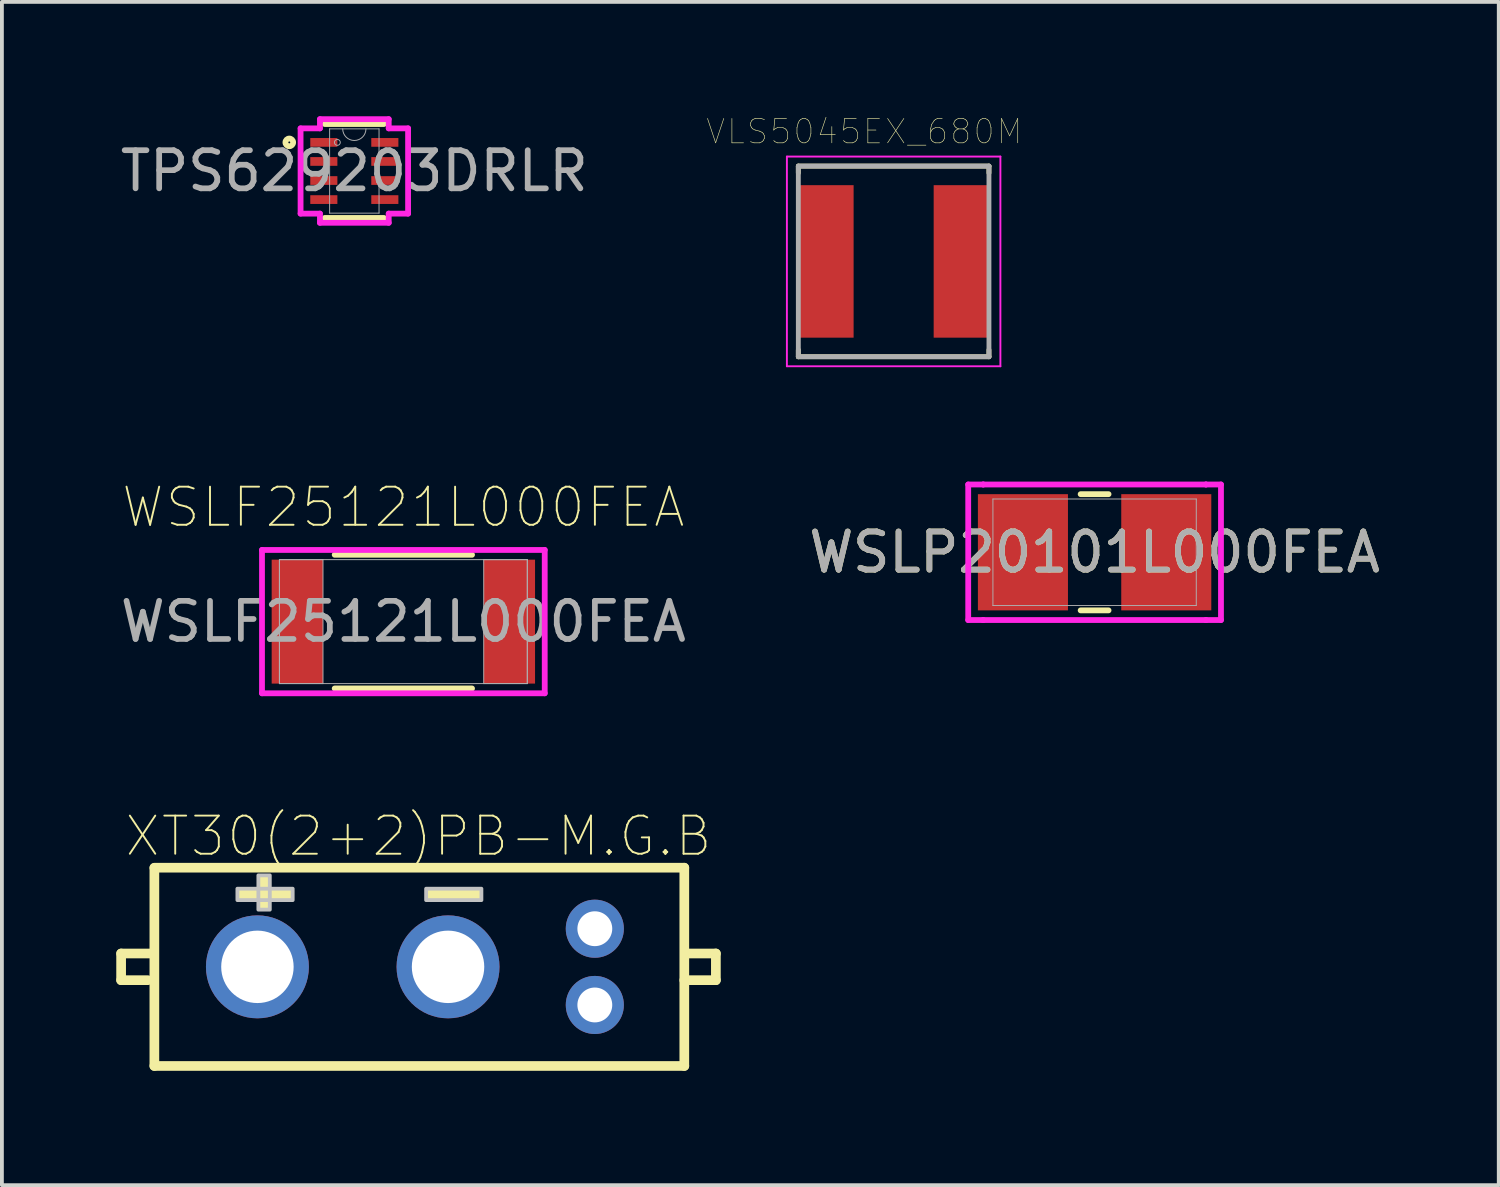
<source format=kicad_pcb>
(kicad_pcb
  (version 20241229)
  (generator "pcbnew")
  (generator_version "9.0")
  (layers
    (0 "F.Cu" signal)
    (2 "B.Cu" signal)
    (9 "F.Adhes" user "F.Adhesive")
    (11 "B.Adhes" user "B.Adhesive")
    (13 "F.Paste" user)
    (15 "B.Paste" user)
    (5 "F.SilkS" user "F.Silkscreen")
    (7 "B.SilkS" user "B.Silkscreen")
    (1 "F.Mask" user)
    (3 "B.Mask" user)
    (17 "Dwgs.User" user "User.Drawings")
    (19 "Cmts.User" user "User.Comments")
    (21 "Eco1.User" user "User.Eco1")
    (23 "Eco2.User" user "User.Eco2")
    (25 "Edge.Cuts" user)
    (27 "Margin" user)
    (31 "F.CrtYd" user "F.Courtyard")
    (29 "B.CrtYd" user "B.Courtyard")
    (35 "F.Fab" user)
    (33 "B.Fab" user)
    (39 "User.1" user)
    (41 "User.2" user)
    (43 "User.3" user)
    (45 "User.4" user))
  (footprint "XT30(2+2)PB-M.G.B"
    (layer "F.Cu")
    (at 8.127 22.31)
    (property "Reference" "XT30(2+2)PB-M.G.B" (at -0.2 -3.427 0) (layer "F.SilkS") (effects (font (size 1 1) (thickness 0.05))))
    (fp_line (start -8 -0.35) (end -7.172 -0.35) (stroke (width 0.254) (type default)) (layer "F.SilkS"))
    (fp_line (start -8 0.35) (end -8 -0.35) (stroke (width 0.254) (type default)) (layer "F.SilkS"))
    (fp_line (start -7.3 0.35) (end -8 0.35) (stroke (width 0.254) (type default)) (layer "F.SilkS"))
    (fp_line (start -7.128 -2.6) (end 6.772 -2.6) (stroke (width 0.254) (type default)) (layer "F.SilkS"))
    (fp_line (start -7.128 2.6) (end -7.128 -2.593) (stroke (width 0.254) (type default)) (layer "F.SilkS"))
    (fp_line (start 6.772 -2.6) (end 6.772 2.6) (stroke (width 0.254) (type default)) (layer "F.SilkS"))
    (fp_line (start 6.772 2.6) (end -7.128 2.6) (stroke (width 0.254) (type default)) (layer "F.SilkS"))
    (fp_line (start 6.9 -0.35) (end 7.6 -0.35) (stroke (width 0.254) (type default)) (layer "F.SilkS"))
    (fp_line (start 7.6 -0.35) (end 7.6 0.35) (stroke (width 0.254) (type default)) (layer "F.SilkS"))
    (fp_line (start 7.6 0.35) (end 6.772 0.35) (stroke (width 0.254) (type default)) (layer "F.SilkS"))
    (fp_poly (pts (xy -4.95 -2.05) (xy -4.95 -1.75) (xy -3.5 -1.75) (xy -3.5 -2.05)) (stroke (width 0) (type default)) (fill yes) (layer "F.SilkS"))
    (fp_poly (pts (xy -4.4 -1.5) (xy -4.1 -1.5) (xy -4.1 -2.4) (xy -4.4 -2.4)) (stroke (width 0) (type default)) (fill yes) (layer "F.SilkS"))
    (fp_poly (pts (xy 0 -2.05) (xy 0 -1.75) (xy 1.45 -1.75) (xy 1.45 -2.05)) (stroke (width 0) (type default)) (fill yes) (layer "F.SilkS"))
    (fp_poly (pts (xy -4.95 -2.05) (xy -4.95 -1.75) (xy -3.5 -1.75) (xy -3.5 -2.05)) (stroke (width 0.1) (type default)) (fill no) (layer "Dwgs.User"))
    (fp_poly (pts (xy -4.4 -1.5) (xy -4.1 -1.5) (xy -4.1 -2.4) (xy -4.4 -2.4)) (stroke (width 0.1) (type default)) (fill no) (layer "Dwgs.User"))
    (fp_poly (pts (xy 0 -2.05) (xy 0 -1.75) (xy 1.45 -1.75) (xy 1.45 -2.05)) (stroke (width 0.1) (type default)) (fill no) (layer "Dwgs.User"))
    (fp_poly (pts (xy 4.175 -1.25) (xy 4.675 -1.25) (xy 4.675 -0.75) (xy 4.175 -0.75)) (stroke (width 0.1) (type default)) (fill no) (layer "User.1"))
    (fp_poly (pts (xy 4.175 0.75) (xy 4.675 0.75) (xy 4.675 1.25) (xy 4.175 1.25)) (stroke (width 0.1) (type default)) (fill no) (layer "User.1"))
    (fp_poly (pts (xy -3.629 -0.078) (xy -3.659 -0.232) (xy -3.719 -0.377) (xy -3.807 -0.508) (xy -3.917 -0.618) (xy -4.048 -0.706) (xy -4.193 -0.766) (xy -4.347 -0.796) (xy -4.503 -0.796) (xy -4.657 -0.766) (xy -4.802 -0.706) (xy -4.933 -0.618) (xy -5.043 -0.508) (xy -5.131 -0.377) (xy -5.191 -0.232) (xy -5.221 -0.078) (xy -5.221 0.078) (xy -5.191 0.232) (xy -5.131 0.377) (xy -5.043 0.508) (xy -4.933 0.618) (xy -4.802 0.706) (xy -4.657 0.766) (xy -4.503 0.796) (xy -4.347 0.796) (xy -4.193 0.766) (xy -4.048 0.706) (xy -3.917 0.618) (xy -3.807 0.508) (xy -3.719 0.377) (xy -3.659 0.232) (xy -3.629 0.078)) (stroke (width 0.1) (type default)) (fill no) (layer "User.1"))
    (fp_poly (pts (xy 1.371 -0.078) (xy 1.341 -0.232) (xy 1.281 -0.377) (xy 1.193 -0.508) (xy 1.083 -0.618) (xy 0.952 -0.706) (xy 0.807 -0.766) (xy 0.653 -0.796) (xy 0.497 -0.796) (xy 0.343 -0.766) (xy 0.198 -0.706) (xy 0.067 -0.618) (xy -0.043 -0.508) (xy -0.131 -0.377) (xy -0.191 -0.232) (xy -0.221 -0.078) (xy -0.221 0.078) (xy -0.191 0.232) (xy -0.131 0.377) (xy -0.043 0.508) (xy 0.067 0.618) (xy 0.198 0.706) (xy 0.343 0.766) (xy 0.497 0.796) (xy 0.653 0.796) (xy 0.807 0.766) (xy 0.952 0.706) (xy 1.083 0.618) (xy 1.193 0.508) (xy 1.281 0.377) (xy 1.341 0.232) (xy 1.371 0.078)) (stroke (width 0.1) (type default)) (fill no) (layer "User.1"))
    (fp_line (start -7.128 -2.6) (end 6.772 -2.6) (stroke (width 0.051) (type default)) (layer "User.2"))
    (fp_line (start -7.128 2.6) (end -7.128 -2.6) (stroke (width 0.051) (type default)) (layer "User.2"))
    (fp_line (start 6.772 -2.6) (end 6.772 2.6) (stroke (width 0.051) (type default)) (layer "User.2"))
    (fp_line (start 6.772 2.6) (end -7.128 2.6) (stroke (width 0.051) (type default)) (layer "User.2"))
    (fp_poly (pts (xy 6.827 -2.623) (xy 6.795 -2.655) (xy 6.749 -2.655) (xy 6.717 -2.623) (xy 6.717 -2.577) (xy 6.749 -2.545) (xy 6.795 -2.545) (xy 6.827 -2.577)) (stroke (width 0.1) (type default)) (fill no) (layer "User.3"))
    (pad "1" thru_hole circle (at 4.425 -1) (size 1.524 1.524) (drill 0.914) (layers "*.Cu" "*.Mask"))
    (pad "2" thru_hole circle (at 4.425 1) (size 1.524 1.524) (drill 0.914) (layers "*.Cu" "*.Mask"))
    (pad "3" thru_hole circle (at 0.575 0) (size 2.7 2.7) (drill 1.9) (layers "*.Cu" "*.Mask"))
    (pad "4" thru_hole circle (at -4.425 0) (size 2.7 2.7) (drill 1.9) (layers "*.Cu" "*.Mask")))
  (footprint "TPS629203DRLR"
    (layer "F.Cu")
    (at 6.244 1.435)
    (property "Reference" "TPS629203DRLR" (at 0 0 0) (unlocked yes) (layer "F.SilkS") (effects (font (size 1 1) (thickness 0.05))))
    (attr smd)
    (fp_line (start -0.775 1.232) (end 0.775 1.232) (stroke (width 0.152) (type solid)) (layer "F.SilkS"))
    (fp_line (start 0.775 -1.232) (end -0.775 -1.232) (stroke (width 0.152) (type solid)) (layer "F.SilkS"))
    (fp_circle (center -1.706 -0.75) (end -1.605 -0.75) (stroke (width 0.152) (type solid)) (fill no) (layer "F.SilkS"))
    (fp_line (start -1.41 -1.118) (end -0.902 -1.118) (stroke (width 0.152) (type solid)) (layer "F.CrtYd"))
    (fp_line (start -1.41 1.118) (end -1.41 -1.118) (stroke (width 0.152) (type solid)) (layer "F.CrtYd"))
    (fp_line (start -1.41 1.118) (end -0.902 1.118) (stroke (width 0.152) (type solid)) (layer "F.CrtYd"))
    (fp_line (start -0.902 -1.359) (end 0.902 -1.359) (stroke (width 0.152) (type solid)) (layer "F.CrtYd"))
    (fp_line (start -0.902 -1.118) (end -0.902 -1.359) (stroke (width 0.152) (type solid)) (layer "F.CrtYd"))
    (fp_line (start -0.902 1.359) (end -0.902 1.118) (stroke (width 0.152) (type solid)) (layer "F.CrtYd"))
    (fp_line (start 0.902 -1.359) (end 0.902 -1.118) (stroke (width 0.152) (type solid)) (layer "F.CrtYd"))
    (fp_line (start 0.902 1.118) (end 0.902 1.359) (stroke (width 0.152) (type solid)) (layer "F.CrtYd"))
    (fp_line (start 0.902 1.359) (end -0.902 1.359) (stroke (width 0.152) (type solid)) (layer "F.CrtYd"))
    (fp_line (start 1.41 -1.118) (end 0.902 -1.118) (stroke (width 0.152) (type solid)) (layer "F.CrtYd"))
    (fp_line (start 1.41 -1.118) (end 1.41 1.118) (stroke (width 0.152) (type solid)) (layer "F.CrtYd"))
    (fp_line (start 1.41 1.118) (end 0.902 1.118) (stroke (width 0.152) (type solid)) (layer "F.CrtYd"))
    (fp_line (start -0.648 -1.105) (end -0.648 1.105) (stroke (width 0.025) (type solid)) (layer "F.Fab"))
    (fp_line (start -0.648 1.105) (end 0.648 1.105) (stroke (width 0.025) (type solid)) (layer "F.Fab"))
    (fp_line (start 0.648 -1.105) (end -0.648 -1.105) (stroke (width 0.025) (type solid)) (layer "F.Fab"))
    (fp_line (start 0.648 1.105) (end 0.648 -1.105) (stroke (width 0.025) (type solid)) (layer "F.Fab"))
    (fp_arc (start 0.3048 -1.1049) (mid 0 -0.8001) (end -0.3048 -1.1049) (stroke (width 0.0254) (type solid)) (layer "F.Fab"))
    (fp_circle (center -0.445 -0.75) (end -0.368 -0.75) (stroke (width 0.025) (type solid)) (fill no) (layer "F.Fab"))
    (fp_text user "${REFERENCE}" (at 0 0 0) (unlocked yes) (layer "F.Fab") (effects (font (size 1 1) (thickness 0.15))))
    (pad "1" smd rect (at -0.8 -0.75) (size 0.711 0.229) (layers "F.Cu" "F.Mask" "F.Paste"))
    (pad "2" smd rect (at -0.8 -0.25) (size 0.711 0.229) (layers "F.Cu" "F.Mask" "F.Paste"))
    (pad "3" smd rect (at -0.8 0.25) (size 0.711 0.229) (layers "F.Cu" "F.Mask" "F.Paste"))
    (pad "4" smd rect (at -0.8 0.75) (size 0.711 0.229) (layers "F.Cu" "F.Mask" "F.Paste"))
    (pad "5" smd rect (at 0.8 0.75) (size 0.711 0.229) (layers "F.Cu" "F.Mask" "F.Paste"))
    (pad "6" smd rect (at 0.8 0.25) (size 0.711 0.229) (layers "F.Cu" "F.Mask" "F.Paste"))
    (pad "7" smd rect (at 0.8 -0.25) (size 0.711 0.229) (layers "F.Cu" "F.Mask" "F.Paste"))
    (pad "8" smd rect (at 0.8 -0.75) (size 0.711 0.229) (layers "F.Cu" "F.Mask" "F.Paste")))
  (footprint "WSLP20101L000FEA"
    (layer "F.Cu")
    (at 25.661 11.436)
    (property "Reference" "WSLP20101L000FEA" (at 0 0 0) (unlocked yes) (layer "F.SilkS") (effects (font (size 1 1) (thickness 0.15))))
    (attr smd)
    (fp_line (start -0.366 1.524) (end 0.366 1.524) (stroke (width 0.152) (type solid)) (layer "F.SilkS"))
    (fp_line (start 0.366 -1.524) (end -0.366 -1.524) (stroke (width 0.152) (type solid)) (layer "F.SilkS"))
    (fp_line (start -3.315 -1.778) (end -2.921 -1.778) (stroke (width 0.152) (type solid)) (layer "F.CrtYd"))
    (fp_line (start -3.315 1.778) (end -3.315 -1.778) (stroke (width 0.152) (type solid)) (layer "F.CrtYd"))
    (fp_line (start -2.921 -1.778) (end -2.921 -1.778) (stroke (width 0.152) (type solid)) (layer "F.CrtYd"))
    (fp_line (start -2.921 -1.778) (end 2.921 -1.778) (stroke (width 0.152) (type solid)) (layer "F.CrtYd"))
    (fp_line (start -2.921 1.778) (end -3.315 1.778) (stroke (width 0.152) (type solid)) (layer "F.CrtYd"))
    (fp_line (start -2.921 1.778) (end -2.921 1.778) (stroke (width 0.152) (type solid)) (layer "F.CrtYd"))
    (fp_line (start 2.921 -1.778) (end 2.921 -1.778) (stroke (width 0.152) (type solid)) (layer "F.CrtYd"))
    (fp_line (start 2.921 -1.778) (end 3.315 -1.778) (stroke (width 0.152) (type solid)) (layer "F.CrtYd"))
    (fp_line (start 2.921 1.778) (end -2.921 1.778) (stroke (width 0.152) (type solid)) (layer "F.CrtYd"))
    (fp_line (start 2.921 1.778) (end 2.921 1.778) (stroke (width 0.152) (type solid)) (layer "F.CrtYd"))
    (fp_line (start 3.315 -1.778) (end 3.315 1.778) (stroke (width 0.152) (type solid)) (layer "F.CrtYd"))
    (fp_line (start 3.315 1.778) (end 2.921 1.778) (stroke (width 0.152) (type solid)) (layer "F.CrtYd"))
    (fp_line (start -2.667 -1.397) (end -2.667 1.397) (stroke (width 0.025) (type solid)) (layer "F.Fab"))
    (fp_line (start -2.667 1.397) (end 2.667 1.397) (stroke (width 0.025) (type solid)) (layer "F.Fab"))
    (fp_line (start 2.667 -1.397) (end -2.667 -1.397) (stroke (width 0.025) (type solid)) (layer "F.Fab"))
    (fp_line (start 2.667 1.397) (end 2.667 -1.397) (stroke (width 0.025) (type solid)) (layer "F.Fab"))
    (fp_text user "${REFERENCE}" (at 0 0 0) (unlocked yes) (layer "F.Fab") (effects (font (size 1 1) (thickness 0.15))))
    (pad "1" smd rect (at -1.88 0) (size 2.362 3.048) (layers "F.Cu" "F.Mask" "F.Paste"))
    (pad "2" smd rect (at 1.88 0) (size 2.362 3.048) (layers "F.Cu" "F.Mask" "F.Paste"))
    (zone (net_name "") (layer "F.Cu") (hatch full 0.508) (connect_pads) (min_thickness 0.254) (filled_areas_thickness no) (keepout (tracks not_allowed) (vias not_allowed) (pads allowed) (copperpour not_allowed) (footprints allowed)) (placement (enabled no)) (fill) (polygon (pts (xy 25.013 9.963) (xy 26.308 9.963) (xy 26.308 12.91) (xy 25.013 12.91)))))
  (footprint "VLS5045EX_680M"
    (layer "F.Cu")
    (at 20.39 3.807)
    (property "Reference" "VLS5045EX_680M" (at -0.768 -3.406 0) (layer "F.SilkS") (effects (font (size 0.64 0.64) (thickness 0.015))))
    (attr smd)
    (fp_line (start -2.5 -2.5) (end -2.5 -2.32) (stroke (width 0.127) (type solid)) (layer "F.SilkS"))
    (fp_line (start -2.5 -2.5) (end 2.5 -2.5) (stroke (width 0.127) (type solid)) (layer "F.SilkS"))
    (fp_line (start -2.5 2.5) (end -2.5 2.32) (stroke (width 0.127) (type solid)) (layer "F.SilkS"))
    (fp_line (start -2.5 2.5) (end 2.5 2.5) (stroke (width 0.127) (type solid)) (layer "F.SilkS"))
    (fp_line (start 2.5 -2.5) (end 2.5 -2.32) (stroke (width 0.127) (type solid)) (layer "F.SilkS"))
    (fp_line (start 2.5 2.5) (end 2.5 2.32) (stroke (width 0.127) (type solid)) (layer "F.SilkS"))
    (fp_line (start -2.8 -2.75) (end -2.8 2.75) (stroke (width 0.05) (type solid)) (layer "F.CrtYd"))
    (fp_line (start -2.8 2.75) (end 2.8 2.75) (stroke (width 0.05) (type solid)) (layer "F.CrtYd"))
    (fp_line (start 2.8 -2.75) (end -2.8 -2.75) (stroke (width 0.05) (type solid)) (layer "F.CrtYd"))
    (fp_line (start 2.8 2.75) (end 2.8 -2.75) (stroke (width 0.05) (type solid)) (layer "F.CrtYd"))
    (fp_line (start -2.5 -2.5) (end -2.5 2.5) (stroke (width 0.127) (type solid)) (layer "F.Fab"))
    (fp_line (start -2.5 -2.5) (end 2.5 -2.5) (stroke (width 0.127) (type solid)) (layer "F.Fab"))
    (fp_line (start -2.5 2.5) (end 2.5 2.5) (stroke (width 0.127) (type solid)) (layer "F.Fab"))
    (fp_line (start 2.5 -2.5) (end 2.5 2.5) (stroke (width 0.127) (type solid)) (layer "F.Fab"))
    (pad "1" smd rect (at -1.8 0) (size 1.5 4) (layers "F.Cu" "F.Mask" "F.Paste"))
    (pad "2" smd rect (at 1.8 0) (size 1.5 4) (layers "F.Cu" "F.Mask" "F.Paste")))
  (footprint "WSLF25121L000FEA"
    (layer "F.Cu")
    (at 7.53 13.255)
    (property "Reference" "WSLF25121L000FEA" (at 0 -3 0) (unlocked yes) (layer "F.SilkS") (effects (font (size 1 1) (thickness 0.05))))
    (attr smd)
    (fp_line (start -1.801 1.753) (end 1.801 1.753) (stroke (width 0.152) (type solid)) (layer "F.SilkS"))
    (fp_line (start 1.801 -1.753) (end -1.801 -1.753) (stroke (width 0.152) (type solid)) (layer "F.SilkS"))
    (fp_line (start -3.708 -1.88) (end 3.708 -1.88) (stroke (width 0.152) (type solid)) (layer "F.CrtYd"))
    (fp_line (start -3.708 1.88) (end -3.708 -1.88) (stroke (width 0.152) (type solid)) (layer "F.CrtYd"))
    (fp_line (start 3.708 -1.88) (end 3.708 1.88) (stroke (width 0.152) (type solid)) (layer "F.CrtYd"))
    (fp_line (start 3.708 1.88) (end -3.708 1.88) (stroke (width 0.152) (type solid)) (layer "F.CrtYd"))
    (fp_line (start -3.251 -1.626) (end -3.251 1.626) (stroke (width 0.025) (type solid)) (layer "F.Fab"))
    (fp_line (start -3.251 -1.626) (end -3.251 1.626) (stroke (width 0.025) (type solid)) (layer "F.Fab"))
    (fp_line (start -3.251 1.626) (end -2.108 1.626) (stroke (width 0.025) (type solid)) (layer "F.Fab"))
    (fp_line (start -3.251 1.626) (end 3.251 1.626) (stroke (width 0.025) (type solid)) (layer "F.Fab"))
    (fp_line (start -2.108 -1.626) (end -3.251 -1.626) (stroke (width 0.025) (type solid)) (layer "F.Fab"))
    (fp_line (start -2.108 1.626) (end -2.108 -1.626) (stroke (width 0.025) (type solid)) (layer "F.Fab"))
    (fp_line (start 2.108 -1.626) (end 2.108 1.626) (stroke (width 0.025) (type solid)) (layer "F.Fab"))
    (fp_line (start 2.108 1.626) (end 3.251 1.626) (stroke (width 0.025) (type solid)) (layer "F.Fab"))
    (fp_line (start 3.251 -1.626) (end -3.251 -1.626) (stroke (width 0.025) (type solid)) (layer "F.Fab"))
    (fp_line (start 3.251 -1.626) (end 2.108 -1.626) (stroke (width 0.025) (type solid)) (layer "F.Fab"))
    (fp_line (start 3.251 1.626) (end 3.251 -1.626) (stroke (width 0.025) (type solid)) (layer "F.Fab"))
    (fp_line (start 3.251 1.626) (end 3.251 -1.626) (stroke (width 0.025) (type solid)) (layer "F.Fab"))
    (fp_text user "${REFERENCE}" (at 0 0 0) (unlocked yes) (layer "F.Fab") (effects (font (size 1 1) (thickness 0.15))))
    (pad "1" smd rect (at -2.781 0) (size 1.346 3.251) (layers "F.Cu" "F.Mask" "F.Paste"))
    (pad "2" smd rect (at 2.781 0) (size 1.346 3.251) (layers "F.Cu" "F.Mask" "F.Paste"))
    (zone (net_name "") (layer "F.Cu") (hatch full 0.508) (connect_pads) (min_thickness 0.254) (filled_areas_thickness no) (keepout (tracks not_allowed) (vias not_allowed) (pads allowed) (copperpour not_allowed) (footprints allowed)) (placement (enabled no)) (fill) (polygon (pts (xy 5.472 11.68) (xy 9.587 11.68) (xy 9.587 14.83) (xy 5.472 14.83)))))
  (gr_rect
    (start -3 -3)
    (end 36.262 28.037)
    (stroke (width 0.1) (type default))
    (fill no)
    (layer "Edge.Cuts")))
</source>
